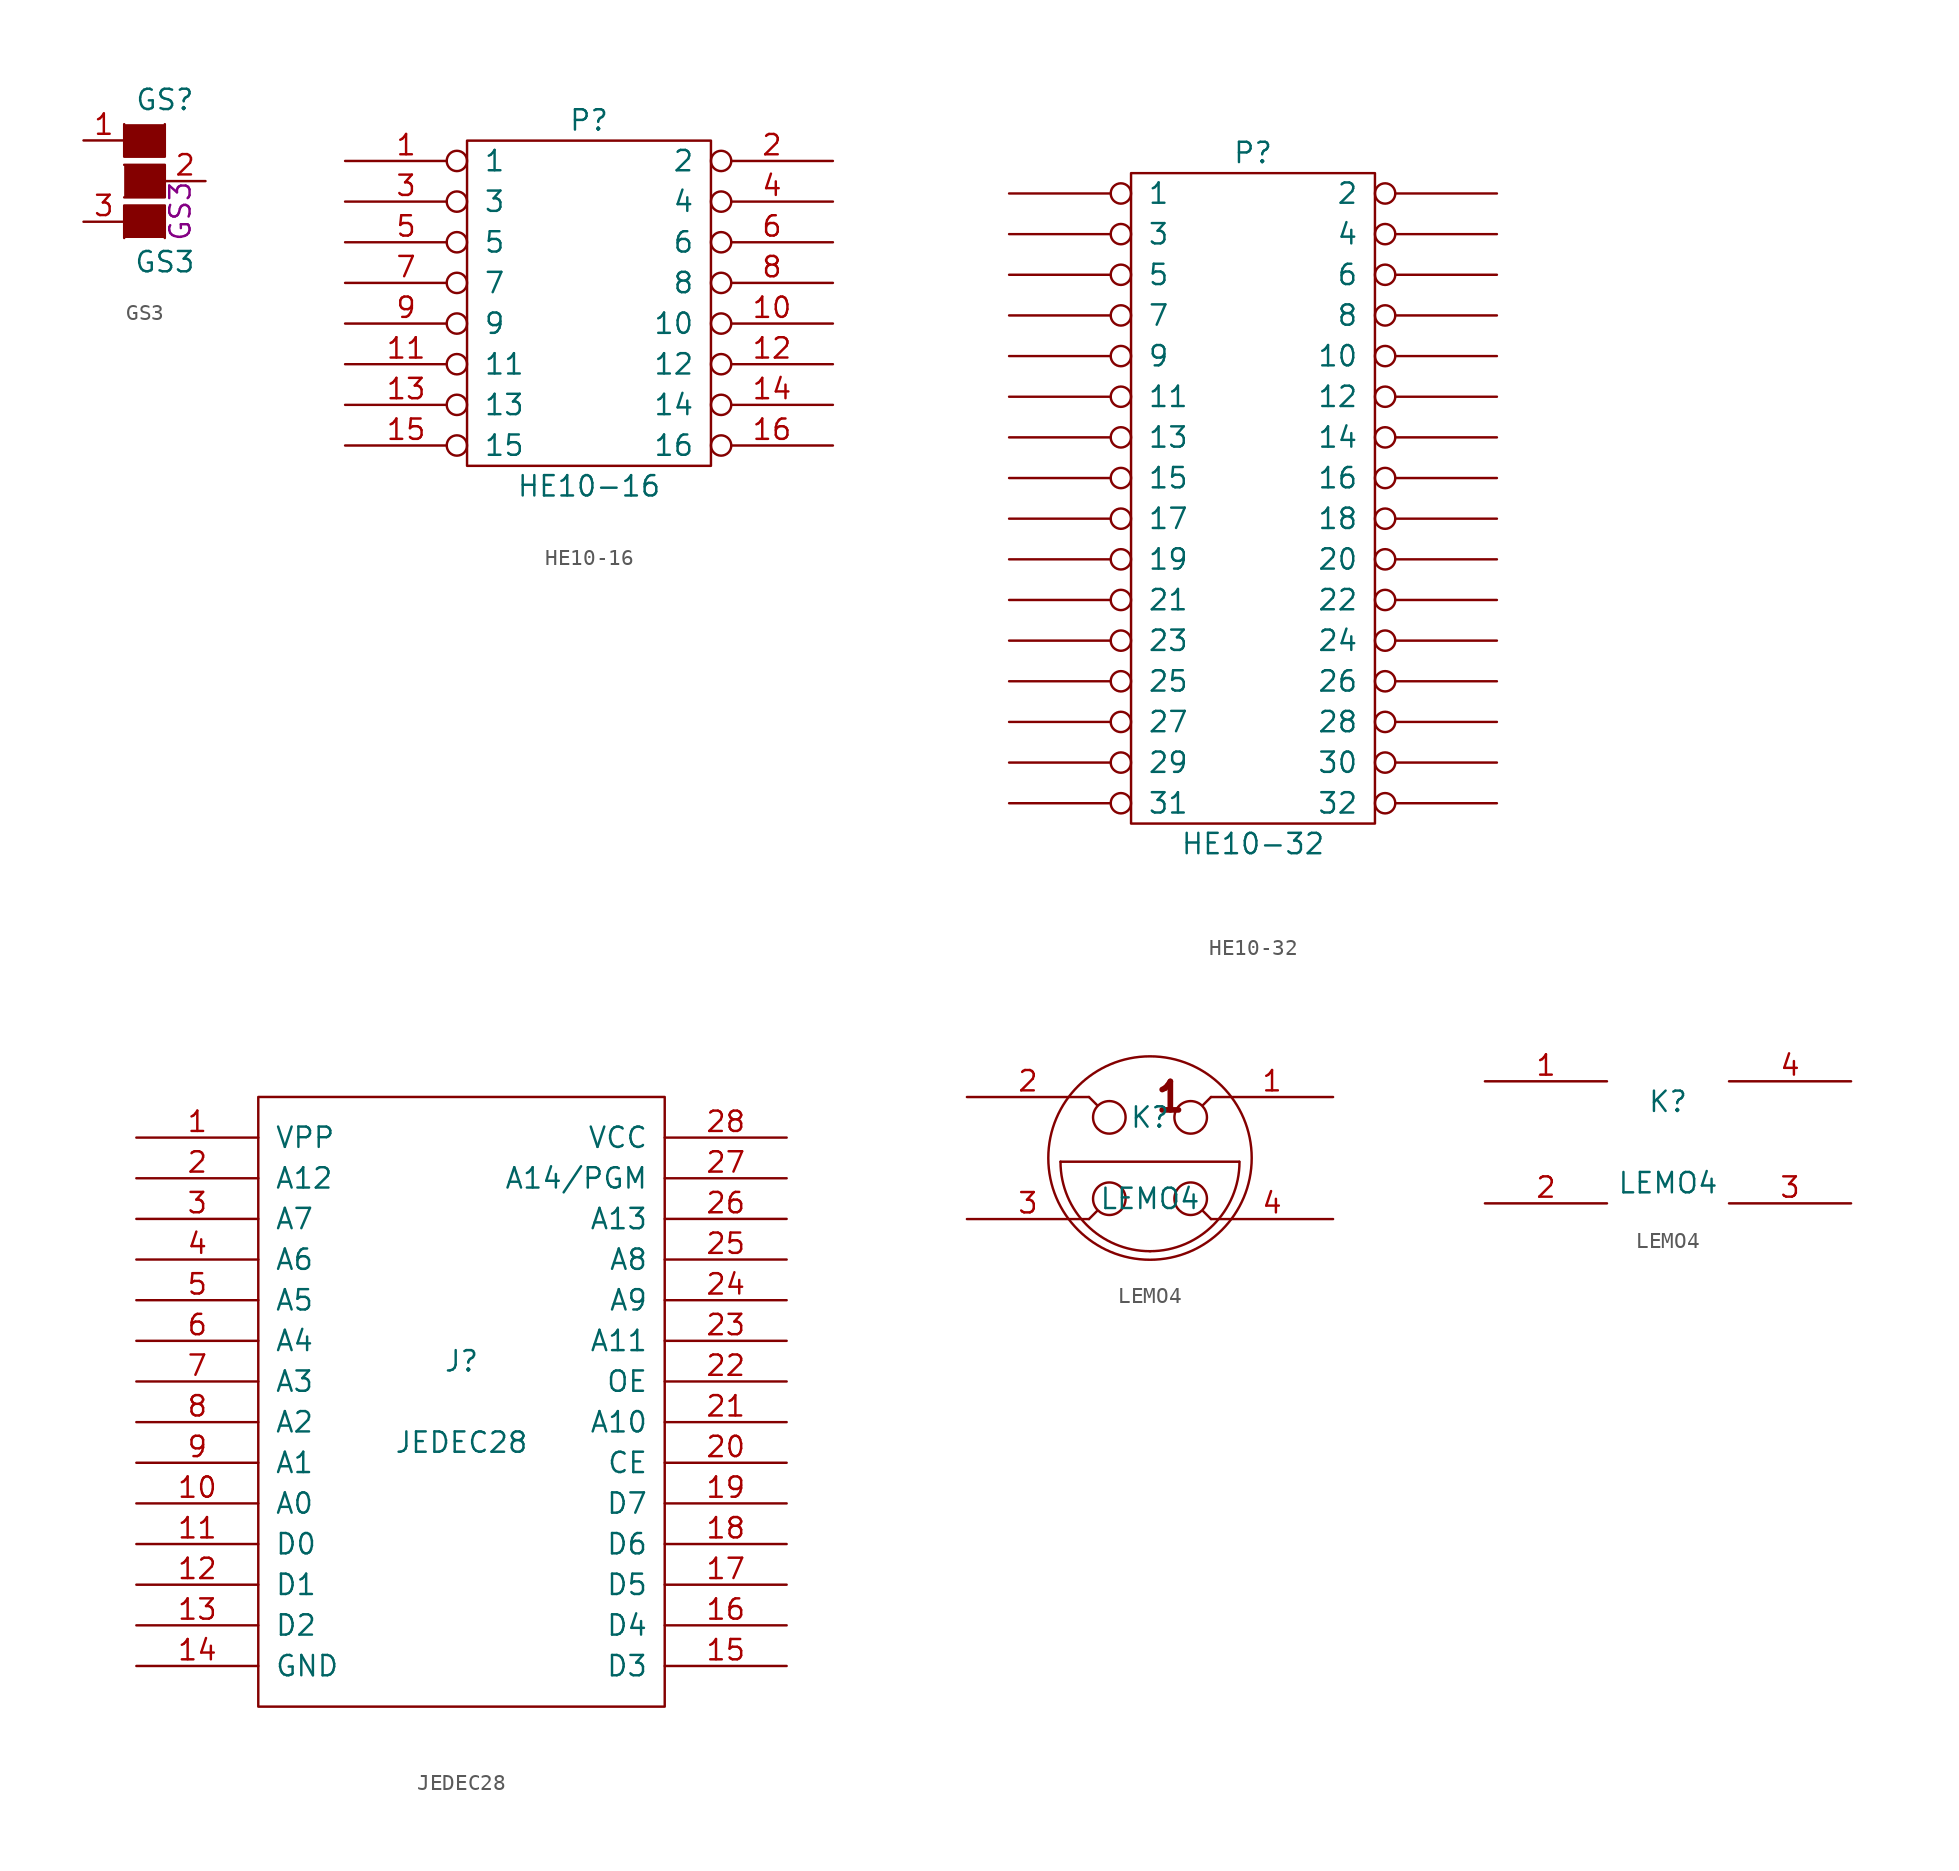
<source format=kicad_sym>
(kicad_symbol_lib
  (version 20231120)
  (generator "kicad_symbol_editor")
  (generator_version "8.0")
  (symbol "GS3"
    (pin_names
      (offset 1.016) hide)
    (property "Reference" "GS"
      (at 1.27 5.08 0)
      (effects (font (size 1.27 1.27))))
    (property "Value" "GS3"
      (at 1.27 -5.055 0)
      (effects (font (size 1.27 1.27))))
    (property "Footprint" "GS3"
      (at 2.235 -1.88 90)
      (effects (font (size 1.27 1.27))))
    (property "Datasheet" ""
      (at 0 0 0)
      (effects (font (size 1.27 1.27))))
    (symbol "GS3_0_1"
      (polyline (pts (xy -1.27 -3.556) (xy -1.27 -1.524) (xy 1.27 -1.524) (xy 1.27 -3.556)) (stroke (width 0) (type solid)) (fill (type outline)))
      (polyline (pts (xy -1.27 1.016) (xy 1.27 1.016) (xy 1.27 -1.016) (xy -1.27 -1.016)) (stroke (width 0) (type solid)) (fill (type outline)))
      (polyline (pts (xy -1.27 3.556) (xy -1.27 1.524) (xy 1.27 1.524) (xy 1.27 3.556)) (stroke (width 0) (type solid)) (fill (type outline))))
    (symbol "GS3_1_1"
      (pin passive line (at -3.81 2.54 0) (length 2.54) (name "G1" (effects (font (size 1.27 1.27)))) (number "1" (effects (font (size 1.27 1.27)))))
      (pin passive line (at 3.81 0 180) (length 2.54) (name "G2" (effects (font (size 1.27 1.27)))) (number "2" (effects (font (size 1.27 1.27)))))
      (pin passive line (at -3.81 -2.54 0) (length 2.54) (name "G3" (effects (font (size 1.27 1.27)))) (number "3" (effects (font (size 1.27 1.27)))))))
  (symbol "HE10-16"
    (pin_names
      (offset 1.016))
    (property "Reference" "P"
      (at 0 11.43 0)
      (effects (font (size 1.27 1.27))))
    (property "Value" "HE10-16"
      (at 0 -11.43 0)
      (effects (font (size 1.27 1.27))))
    (property "Footprint" ""
      (at 0 0 0)
      (effects (font (size 1.27 1.27))))
    (property "Datasheet" ""
      (at 0 0 0)
      (effects (font (size 1.27 1.27))))
    (symbol "HE10-16_0_1"
      (rectangle (start -7.62 10.16) (end 7.62 -10.16) (stroke (width 0) (type solid)) (fill (type none))))
    (symbol "HE10-16_1_1"
      (pin passive inverted (at -15.24 8.89 0) (length 7.62) (name "1" (effects (font (size 1.27 1.27)))) (number "1" (effects (font (size 1.27 1.27)))))
      (pin passive inverted (at 15.24 -1.27 180) (length 7.62) (name "10" (effects (font (size 1.27 1.27)))) (number "10" (effects (font (size 1.27 1.27)))))
      (pin passive inverted (at -15.24 -3.81 0) (length 7.62) (name "11" (effects (font (size 1.27 1.27)))) (number "11" (effects (font (size 1.27 1.27)))))
      (pin passive inverted (at 15.24 -3.81 180) (length 7.62) (name "12" (effects (font (size 1.27 1.27)))) (number "12" (effects (font (size 1.27 1.27)))))
      (pin passive inverted (at -15.24 -6.35 0) (length 7.62) (name "13" (effects (font (size 1.27 1.27)))) (number "13" (effects (font (size 1.27 1.27)))))
      (pin passive inverted (at 15.24 -6.35 180) (length 7.62) (name "14" (effects (font (size 1.27 1.27)))) (number "14" (effects (font (size 1.27 1.27)))))
      (pin passive inverted (at -15.24 -8.89 0) (length 7.62) (name "15" (effects (font (size 1.27 1.27)))) (number "15" (effects (font (size 1.27 1.27)))))
      (pin passive inverted (at 15.24 -8.89 180) (length 7.62) (name "16" (effects (font (size 1.27 1.27)))) (number "16" (effects (font (size 1.27 1.27)))))
      (pin passive inverted (at 15.24 8.89 180) (length 7.62) (name "2" (effects (font (size 1.27 1.27)))) (number "2" (effects (font (size 1.27 1.27)))))
      (pin passive inverted (at -15.24 6.35 0) (length 7.62) (name "3" (effects (font (size 1.27 1.27)))) (number "3" (effects (font (size 1.27 1.27)))))
      (pin passive inverted (at 15.24 6.35 180) (length 7.62) (name "4" (effects (font (size 1.27 1.27)))) (number "4" (effects (font (size 1.27 1.27)))))
      (pin passive inverted (at -15.24 3.81 0) (length 7.62) (name "5" (effects (font (size 1.27 1.27)))) (number "5" (effects (font (size 1.27 1.27)))))
      (pin passive inverted (at 15.24 3.81 180) (length 7.62) (name "6" (effects (font (size 1.27 1.27)))) (number "6" (effects (font (size 1.27 1.27)))))
      (pin passive inverted (at -15.24 1.27 0) (length 7.62) (name "7" (effects (font (size 1.27 1.27)))) (number "7" (effects (font (size 1.27 1.27)))))
      (pin passive inverted (at 15.24 1.27 180) (length 7.62) (name "8" (effects (font (size 1.27 1.27)))) (number "8" (effects (font (size 1.27 1.27)))))
      (pin passive inverted (at -15.24 -1.27 0) (length 7.62) (name "9" (effects (font (size 1.27 1.27)))) (number "9" (effects (font (size 1.27 1.27)))))))
  (symbol "HE10-32"
    (pin_numbers hide)
    (pin_names
      (offset 1.016))
    (property "Reference" "P"
      (at 0 21.59 0)
      (effects (font (size 1.27 1.27))))
    (property "Value" "HE10-32"
      (at 0 -21.59 0)
      (effects (font (size 1.27 1.27))))
    (property "Footprint" ""
      (at 0 0 0)
      (effects (font (size 1.27 1.27))))
    (property "Datasheet" ""
      (at 0 0 0)
      (effects (font (size 1.27 1.27))))
    (symbol "HE10-32_0_1"
      (rectangle (start -7.62 20.32) (end 7.62 -20.32) (stroke (width 0) (type solid)) (fill (type none)))
      (pin passive inverted (at -15.24 19.05 0) (length 7.62) (name "1" (effects (font (size 1.27 1.27)))) (number "1" (effects (font (size 1.27 1.27)))))
      (pin passive inverted (at 15.24 8.89 180) (length 7.62) (name "10" (effects (font (size 1.27 1.27)))) (number "10" (effects (font (size 1.27 1.27)))))
      (pin passive inverted (at -15.24 6.35 0) (length 7.62) (name "11" (effects (font (size 1.27 1.27)))) (number "11" (effects (font (size 1.27 1.27)))))
      (pin passive inverted (at 15.24 6.35 180) (length 7.62) (name "12" (effects (font (size 1.27 1.27)))) (number "12" (effects (font (size 1.27 1.27)))))
      (pin passive inverted (at -15.24 3.81 0) (length 7.62) (name "13" (effects (font (size 1.27 1.27)))) (number "13" (effects (font (size 1.27 1.27)))))
      (pin passive inverted (at 15.24 3.81 180) (length 7.62) (name "14" (effects (font (size 1.27 1.27)))) (number "14" (effects (font (size 1.27 1.27)))))
      (pin passive inverted (at -15.24 1.27 0) (length 7.62) (name "15" (effects (font (size 1.27 1.27)))) (number "15" (effects (font (size 1.27 1.27)))))
      (pin passive inverted (at 15.24 1.27 180) (length 7.62) (name "16" (effects (font (size 1.27 1.27)))) (number "16" (effects (font (size 1.27 1.27)))))
      (pin passive inverted (at -15.24 -1.27 0) (length 7.62) (name "17" (effects (font (size 1.27 1.27)))) (number "17" (effects (font (size 1.27 1.27)))))
      (pin passive inverted (at 15.24 -1.27 180) (length 7.62) (name "18" (effects (font (size 1.27 1.27)))) (number "18" (effects (font (size 1.27 1.27)))))
      (pin passive inverted (at -15.24 -3.81 0) (length 7.62) (name "19" (effects (font (size 1.27 1.27)))) (number "19" (effects (font (size 1.27 1.27)))))
      (pin passive inverted (at 15.24 19.05 180) (length 7.62) (name "2" (effects (font (size 1.27 1.27)))) (number "2" (effects (font (size 1.27 1.27)))))
      (pin passive inverted (at 15.24 -3.81 180) (length 7.62) (name "20" (effects (font (size 1.27 1.27)))) (number "20" (effects (font (size 1.27 1.27)))))
      (pin passive inverted (at -15.24 -6.35 0) (length 7.62) (name "21" (effects (font (size 1.27 1.27)))) (number "21" (effects (font (size 1.27 1.27)))))
      (pin passive inverted (at 15.24 -6.35 180) (length 7.62) (name "22" (effects (font (size 1.27 1.27)))) (number "22" (effects (font (size 1.27 1.27)))))
      (pin passive inverted (at -15.24 -8.89 0) (length 7.62) (name "23" (effects (font (size 1.27 1.27)))) (number "23" (effects (font (size 1.27 1.27)))))
      (pin passive inverted (at 15.24 -8.89 180) (length 7.62) (name "24" (effects (font (size 1.27 1.27)))) (number "24" (effects (font (size 1.27 1.27)))))
      (pin passive inverted (at -15.24 -11.43 0) (length 7.62) (name "25" (effects (font (size 1.27 1.27)))) (number "25" (effects (font (size 1.27 1.27)))))
      (pin passive inverted (at 15.24 -11.43 180) (length 7.62) (name "26" (effects (font (size 1.27 1.27)))) (number "26" (effects (font (size 1.27 1.27)))))
      (pin passive inverted (at -15.24 -13.97 0) (length 7.62) (name "27" (effects (font (size 1.27 1.27)))) (number "27" (effects (font (size 1.27 1.27)))))
      (pin passive inverted (at 15.24 -13.97 180) (length 7.62) (name "28" (effects (font (size 1.27 1.27)))) (number "28" (effects (font (size 1.27 1.27)))))
      (pin passive inverted (at -15.24 -16.51 0) (length 7.62) (name "29" (effects (font (size 1.27 1.27)))) (number "29" (effects (font (size 1.27 1.27)))))
      (pin passive inverted (at -15.24 16.51 0) (length 7.62) (name "3" (effects (font (size 1.27 1.27)))) (number "3" (effects (font (size 1.27 1.27)))))
      (pin passive inverted (at 15.24 -16.51 180) (length 7.62) (name "30" (effects (font (size 1.27 1.27)))) (number "30" (effects (font (size 1.27 1.27)))))
      (pin passive inverted (at -15.24 -19.05 0) (length 7.62) (name "31" (effects (font (size 1.27 1.27)))) (number "31" (effects (font (size 1.27 1.27)))))
      (pin passive inverted (at 15.24 -19.05 180) (length 7.62) (name "32" (effects (font (size 1.27 1.27)))) (number "32" (effects (font (size 1.27 1.27)))))
      (pin passive inverted (at 15.24 16.51 180) (length 7.62) (name "4" (effects (font (size 1.27 1.27)))) (number "4" (effects (font (size 1.27 1.27)))))
      (pin passive inverted (at -15.24 13.97 0) (length 7.62) (name "5" (effects (font (size 1.27 1.27)))) (number "5" (effects (font (size 1.27 1.27)))))
      (pin passive inverted (at 15.24 13.97 180) (length 7.62) (name "6" (effects (font (size 1.27 1.27)))) (number "6" (effects (font (size 1.27 1.27)))))
      (pin passive inverted (at -15.24 11.43 0) (length 7.62) (name "7" (effects (font (size 1.27 1.27)))) (number "7" (effects (font (size 1.27 1.27)))))
      (pin passive inverted (at 15.24 11.43 180) (length 7.62) (name "8" (effects (font (size 1.27 1.27)))) (number "8" (effects (font (size 1.27 1.27)))))
      (pin passive inverted (at -15.24 8.89 0) (length 7.62) (name "9" (effects (font (size 1.27 1.27)))) (number "9" (effects (font (size 1.27 1.27)))))))
  (symbol "JEDEC28"
    (pin_names
      (offset 1.016))
    (property "Reference" "J"
      (at 0 2.54 0)
      (effects (font (size 1.27 1.27))))
    (property "Value" "JEDEC28"
      (at 0 -2.54 0)
      (effects (font (size 1.27 1.27))))
    (property "Footprint" ""
      (at 0 0 0)
      (effects (font (size 1.27 1.27))))
    (property "Datasheet" ""
      (at 0 0 0)
      (effects (font (size 1.27 1.27))))
    (symbol "JEDEC28_0_1"
      (rectangle (start -12.7 -19.05) (end 12.7 19.05) (stroke (width 0) (type solid)) (fill (type none))))
    (symbol "JEDEC28_1_1"
      (pin passive line (at -20.32 16.51 0) (length 7.62) (name "VPP" (effects (font (size 1.27 1.27)))) (number "1" (effects (font (size 1.27 1.27)))))
      (pin passive line (at -20.32 -6.35 0) (length 7.62) (name "A0" (effects (font (size 1.27 1.27)))) (number "10" (effects (font (size 1.27 1.27)))))
      (pin passive line (at -20.32 -8.89 0) (length 7.62) (name "D0" (effects (font (size 1.27 1.27)))) (number "11" (effects (font (size 1.27 1.27)))))
      (pin input line (at -20.32 -11.43 0) (length 7.62) (name "D1" (effects (font (size 1.27 1.27)))) (number "12" (effects (font (size 1.27 1.27)))))
      (pin passive line (at -20.32 -13.97 0) (length 7.62) (name "D2" (effects (font (size 1.27 1.27)))) (number "13" (effects (font (size 1.27 1.27)))))
      (pin passive line (at -20.32 -16.51 0) (length 7.62) (name "GND" (effects (font (size 1.27 1.27)))) (number "14" (effects (font (size 1.27 1.27)))))
      (pin passive line (at 20.32 -16.51 180) (length 7.62) (name "D3" (effects (font (size 1.27 1.27)))) (number "15" (effects (font (size 1.27 1.27)))))
      (pin passive line (at 20.32 -13.97 180) (length 7.62) (name "D4" (effects (font (size 1.27 1.27)))) (number "16" (effects (font (size 1.27 1.27)))))
      (pin passive line (at 20.32 -11.43 180) (length 7.62) (name "D5" (effects (font (size 1.27 1.27)))) (number "17" (effects (font (size 1.27 1.27)))))
      (pin passive line (at 20.32 -8.89 180) (length 7.62) (name "D6" (effects (font (size 1.27 1.27)))) (number "18" (effects (font (size 1.27 1.27)))))
      (pin passive line (at 20.32 -6.35 180) (length 7.62) (name "D7" (effects (font (size 1.27 1.27)))) (number "19" (effects (font (size 1.27 1.27)))))
      (pin passive line (at -20.32 13.97 0) (length 7.62) (name "A12" (effects (font (size 1.27 1.27)))) (number "2" (effects (font (size 1.27 1.27)))))
      (pin passive line (at 20.32 -3.81 180) (length 7.62) (name "CE" (effects (font (size 1.27 1.27)))) (number "20" (effects (font (size 1.27 1.27)))))
      (pin passive line (at 20.32 -1.27 180) (length 7.62) (name "A10" (effects (font (size 1.27 1.27)))) (number "21" (effects (font (size 1.27 1.27)))))
      (pin passive line (at 20.32 1.27 180) (length 7.62) (name "OE" (effects (font (size 1.27 1.27)))) (number "22" (effects (font (size 1.27 1.27)))))
      (pin passive line (at 20.32 3.81 180) (length 7.62) (name "A11" (effects (font (size 1.27 1.27)))) (number "23" (effects (font (size 1.27 1.27)))))
      (pin passive line (at 20.32 6.35 180) (length 7.62) (name "A9" (effects (font (size 1.27 1.27)))) (number "24" (effects (font (size 1.27 1.27)))))
      (pin passive line (at 20.32 8.89 180) (length 7.62) (name "A8" (effects (font (size 1.27 1.27)))) (number "25" (effects (font (size 1.27 1.27)))))
      (pin passive line (at 20.32 11.43 180) (length 7.62) (name "A13" (effects (font (size 1.27 1.27)))) (number "26" (effects (font (size 1.27 1.27)))))
      (pin passive line (at 20.32 13.97 180) (length 7.62) (name "A14/PGM" (effects (font (size 1.27 1.27)))) (number "27" (effects (font (size 1.27 1.27)))))
      (pin passive line (at 20.32 16.51 180) (length 7.62) (name "VCC" (effects (font (size 1.27 1.27)))) (number "28" (effects (font (size 1.27 1.27)))))
      (pin passive line (at -20.32 11.43 0) (length 7.62) (name "A7" (effects (font (size 1.27 1.27)))) (number "3" (effects (font (size 1.27 1.27)))))
      (pin passive line (at -20.32 8.89 0) (length 7.62) (name "A6" (effects (font (size 1.27 1.27)))) (number "4" (effects (font (size 1.27 1.27)))))
      (pin passive line (at -20.32 6.35 0) (length 7.62) (name "A5" (effects (font (size 1.27 1.27)))) (number "5" (effects (font (size 1.27 1.27)))))
      (pin passive line (at -20.32 3.81 0) (length 7.62) (name "A4" (effects (font (size 1.27 1.27)))) (number "6" (effects (font (size 1.27 1.27)))))
      (pin passive line (at -20.32 1.27 0) (length 7.62) (name "A3" (effects (font (size 1.27 1.27)))) (number "7" (effects (font (size 1.27 1.27)))))
      (pin passive line (at -20.32 -1.27 0) (length 7.62) (name "A2" (effects (font (size 1.27 1.27)))) (number "8" (effects (font (size 1.27 1.27)))))
      (pin passive line (at -20.32 -3.81 0) (length 7.62) (name "A1" (effects (font (size 1.27 1.27)))) (number "9" (effects (font (size 1.27 1.27)))))))
  (symbol "LEMO4"
    (pin_names
      (offset 1.016) hide)
    (property "Reference" "K"
      (at 0 2.54 0)
      (effects (font (size 1.27 1.27))))
    (property "Value" "LEMO4"
      (at 0 -2.54 0)
      (effects (font (size 1.27 1.27))))
    (property "Footprint" ""
      (at 0 0 0)
      (effects (font (size 1.27 1.27))))
    (property "Datasheet" ""
      (at 0 0 0)
      (effects (font (size 1.27 1.27))))
    (symbol "LEMO4_0_1"
      (arc (start -5.588 -0.2286) (mid -3.9513 -4.1799) (end 0 -5.8166) (stroke (width 0) (type solid)) (fill (type none)))
      (circle (center -2.54 -2.54) (radius 1.016) (stroke (width 0) (type solid)) (fill (type none)))
      (circle (center -2.54 2.54) (radius 1.016) (stroke (width 0) (type solid)) (fill (type none)))
      (arc (start 0 -5.8166) (mid 3.9513 -4.1799) (end 5.588 -0.2286) (stroke (width 0) (type solid)) (fill (type none)))
      (polyline (pts (xy -5.588 -0.229) (xy 5.563 -0.229)) (stroke (width 0) (type solid)) (fill (type none)))
      (polyline (pts (xy -3.81 -3.81) (xy -3.302 -3.302)) (stroke (width 0) (type solid)) (fill (type none)))
      (polyline (pts (xy -3.81 3.81) (xy -3.302 3.302)) (stroke (width 0) (type solid)) (fill (type none)))
      (polyline (pts (xy 3.81 -3.81) (xy 3.302 -3.302)) (stroke (width 0) (type solid)) (fill (type none)))
      (polyline (pts (xy 3.81 3.81) (xy 3.302 3.302)) (stroke (width 0) (type solid)) (fill (type none)))
      (circle (center 0 0) (radius 6.35) (stroke (width 0) (type solid)) (fill (type none)))
      (circle (center 2.54 -2.54) (radius 1.016) (stroke (width 0) (type solid)) (fill (type none)))
      (circle (center 2.54 2.54) (radius 1.016) (stroke (width 0) (type solid)) (fill (type none)))
      (text "1" (at 1.27 3.81 0) (effects (font (size 1.778 1.778) (bold yes)))))
    (symbol "LEMO4_1_1"
      (pin bidirectional line (at 11.43 3.81 180) (length 7.62) (name "~" (effects (font (size 1.27 1.27)))) (number "1" (effects (font (size 1.27 1.27)))))
      (pin bidirectional line (at -11.43 3.81 0) (length 7.62) (name "~" (effects (font (size 1.27 1.27)))) (number "2" (effects (font (size 1.27 1.27)))))
      (pin bidirectional line (at -11.43 -3.81 0) (length 7.62) (name "~" (effects (font (size 1.27 1.27)))) (number "3" (effects (font (size 1.27 1.27)))))
      (pin bidirectional line (at 11.43 -3.81 180) (length 7.62) (name "~" (effects (font (size 1.27 1.27)))) (number "4" (effects (font (size 1.27 1.27))))))
    (symbol "LEMO4_1_2"
      (pin bidirectional line (at -11.43 3.81 0) (length 7.62) (name "~" (effects (font (size 1.27 1.27)))) (number "1" (effects (font (size 1.27 1.27)))))
      (pin bidirectional line (at -11.43 -3.81 0) (length 7.62) (name "~" (effects (font (size 1.27 1.27)))) (number "2" (effects (font (size 1.27 1.27)))))
      (pin bidirectional line (at 11.43 -3.81 180) (length 7.62) (name "~" (effects (font (size 1.27 1.27)))) (number "3" (effects (font (size 1.27 1.27)))))
      (pin bidirectional line (at 11.43 3.81 180) (length 7.62) (name "~" (effects (font (size 1.27 1.27)))) (number "4" (effects (font (size 1.27 1.27))))))))
</source>
